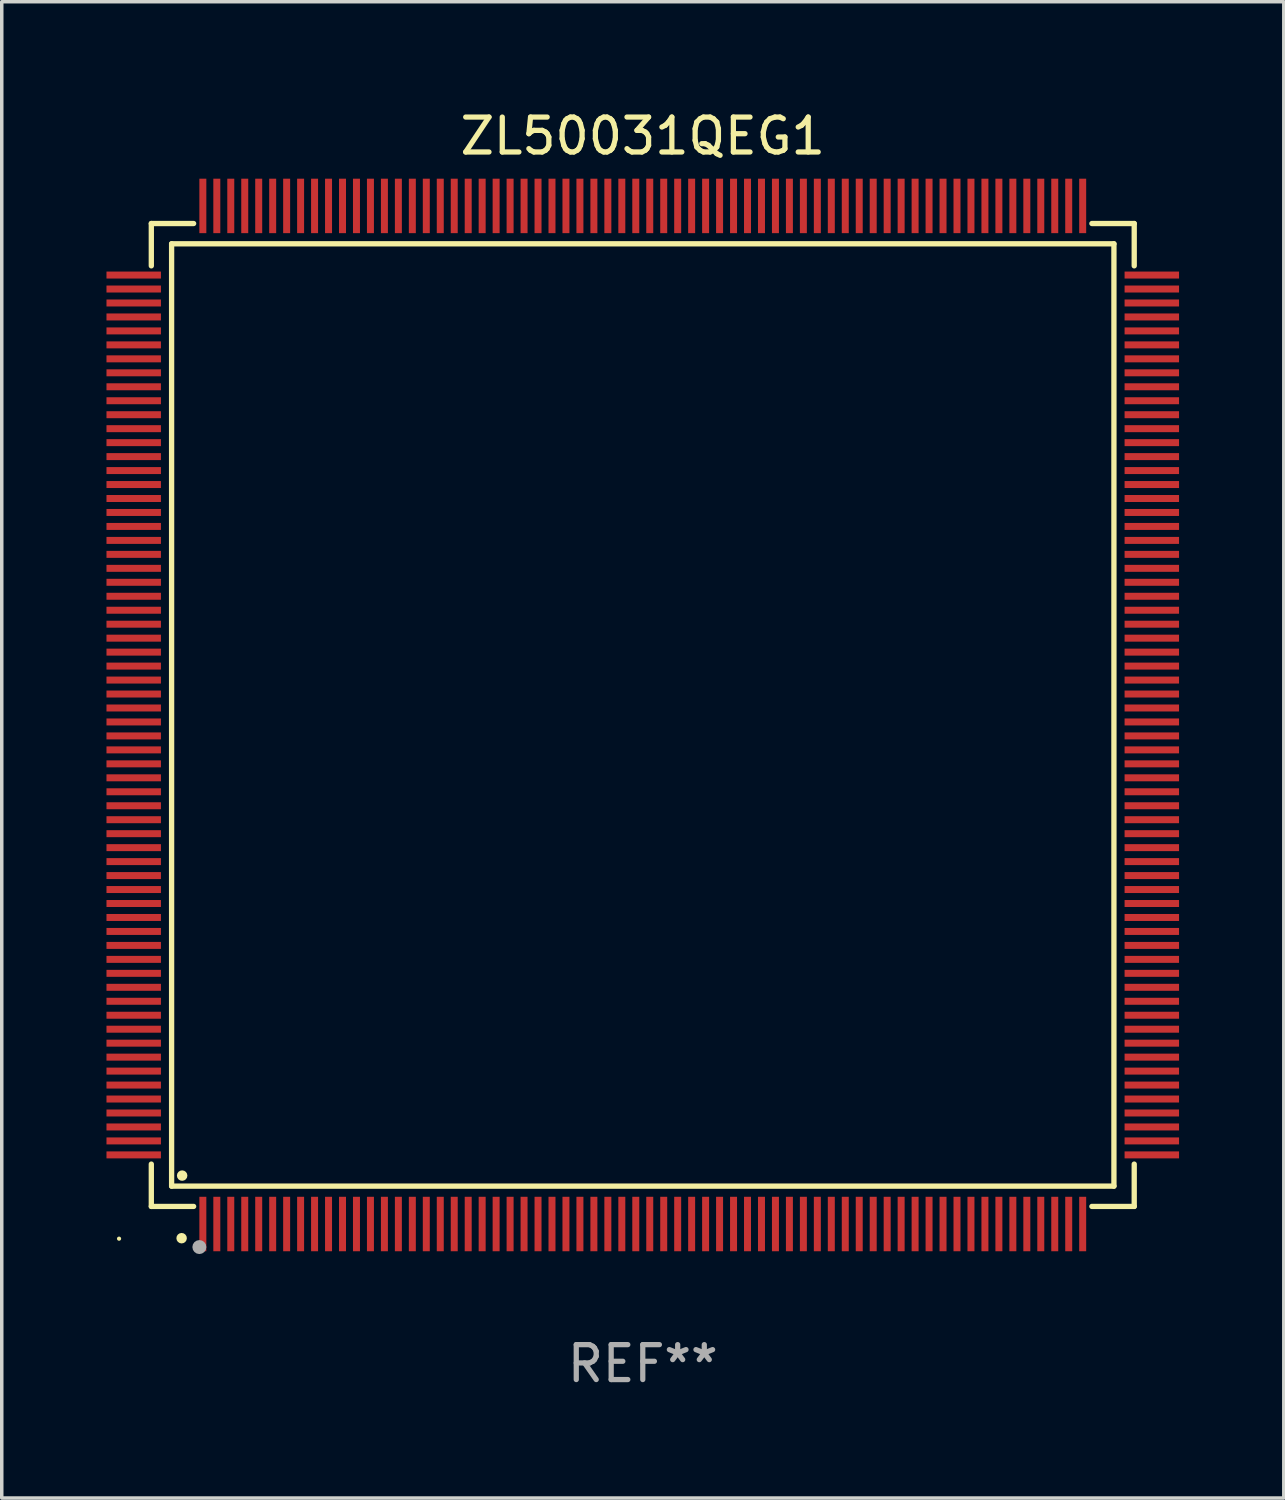
<source format=kicad_pcb>
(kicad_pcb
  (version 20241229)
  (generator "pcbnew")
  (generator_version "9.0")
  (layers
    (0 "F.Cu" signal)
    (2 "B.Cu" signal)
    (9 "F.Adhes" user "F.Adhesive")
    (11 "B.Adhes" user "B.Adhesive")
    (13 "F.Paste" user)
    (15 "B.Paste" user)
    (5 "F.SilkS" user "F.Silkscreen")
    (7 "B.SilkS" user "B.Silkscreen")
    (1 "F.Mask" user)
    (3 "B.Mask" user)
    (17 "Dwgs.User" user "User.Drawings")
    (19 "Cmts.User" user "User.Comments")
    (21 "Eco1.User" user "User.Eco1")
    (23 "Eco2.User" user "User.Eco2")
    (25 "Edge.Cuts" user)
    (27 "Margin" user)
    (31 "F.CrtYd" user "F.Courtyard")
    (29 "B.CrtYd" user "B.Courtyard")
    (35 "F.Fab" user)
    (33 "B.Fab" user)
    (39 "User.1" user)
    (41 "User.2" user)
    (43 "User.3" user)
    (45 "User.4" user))
  (footprint "ZL50031QEG1"
    (layer "F.Cu")
    (at 15.36 17.428)
    (property "Reference" "ZL50031QEG1" (at 0 -16.58 0) (layer "F.SilkS") (effects (font (size 1 1) (thickness 0.15))))
    (attr through_hole)
    (fp_line (start -14.076 -14.076) (end -14.076 -12.864) (stroke (width 0.152) (type solid)) (layer "F.SilkS"))
    (fp_line (start -14.076 14.076) (end -14.076 12.864) (stroke (width 0.152) (type solid)) (layer "F.SilkS"))
    (fp_line (start -13.495 -13.495) (end 13.495 -13.495) (stroke (width 0.152) (type solid)) (layer "F.SilkS"))
    (fp_line (start -13.495 13.495) (end -13.495 -13.495) (stroke (width 0.152) (type solid)) (layer "F.SilkS"))
    (fp_line (start -12.864 -14.076) (end -14.076 -14.076) (stroke (width 0.152) (type solid)) (layer "F.SilkS"))
    (fp_line (start -12.864 14.076) (end -14.076 14.076) (stroke (width 0.152) (type solid)) (layer "F.SilkS"))
    (fp_line (start 12.864 -14.076) (end 14.076 -14.076) (stroke (width 0.152) (type solid)) (layer "F.SilkS"))
    (fp_line (start 12.864 14.076) (end 14.076 14.076) (stroke (width 0.152) (type solid)) (layer "F.SilkS"))
    (fp_line (start 13.495 -13.495) (end 13.495 13.495) (stroke (width 0.152) (type solid)) (layer "F.SilkS"))
    (fp_line (start 13.495 13.495) (end -13.495 13.495) (stroke (width 0.152) (type solid)) (layer "F.SilkS"))
    (fp_line (start 14.076 -14.076) (end 14.076 -12.864) (stroke (width 0.152) (type solid)) (layer "F.SilkS"))
    (fp_line (start 14.076 14.076) (end 14.076 12.864) (stroke (width 0.152) (type solid)) (layer "F.SilkS"))
    (fp_circle (center -15 15) (end -14.97 15) (stroke (width 0.06) (type solid)) (fill no) (layer "F.SilkS"))
    (fp_circle (center -13.208 14.986) (end -13.133 14.986) (stroke (width 0.15) (type solid)) (fill no) (layer "F.SilkS"))
    (fp_circle (center -13.193 13.193) (end -13.118 13.193) (stroke (width 0.15) (type solid)) (fill no) (layer "F.SilkS"))
    (fp_circle (center -12.7 15.24) (end -12.6 15.24) (stroke (width 0.2) (type solid)) (fill no) (layer "F.Fab"))
    (fp_text user "REF**" (at 0 18.58 0) (layer "F.Fab") (effects (font (size 1 1) (thickness 0.15))))
    (pad "1" smd rect (at -12.6 14.58) (size 0.2 1.56) (layers "F.Cu" "F.Mask" "F.Paste"))
    (pad "2" smd rect (at -12.2 14.58) (size 0.2 1.56) (layers "F.Cu" "F.Mask" "F.Paste"))
    (pad "3" smd rect (at -11.8 14.58) (size 0.2 1.56) (layers "F.Cu" "F.Mask" "F.Paste"))
    (pad "4" smd rect (at -11.4 14.58) (size 0.2 1.56) (layers "F.Cu" "F.Mask" "F.Paste"))
    (pad "5" smd rect (at -11 14.58) (size 0.2 1.56) (layers "F.Cu" "F.Mask" "F.Paste"))
    (pad "6" smd rect (at -10.6 14.58) (size 0.2 1.56) (layers "F.Cu" "F.Mask" "F.Paste"))
    (pad "7" smd rect (at -10.2 14.58) (size 0.2 1.56) (layers "F.Cu" "F.Mask" "F.Paste"))
    (pad "8" smd rect (at -9.8 14.58) (size 0.2 1.56) (layers "F.Cu" "F.Mask" "F.Paste"))
    (pad "9" smd rect (at -9.4 14.58) (size 0.2 1.56) (layers "F.Cu" "F.Mask" "F.Paste"))
    (pad "10" smd rect (at -9 14.58) (size 0.2 1.56) (layers "F.Cu" "F.Mask" "F.Paste"))
    (pad "11" smd rect (at -8.6 14.58) (size 0.2 1.56) (layers "F.Cu" "F.Mask" "F.Paste"))
    (pad "12" smd rect (at -8.2 14.58) (size 0.2 1.56) (layers "F.Cu" "F.Mask" "F.Paste"))
    (pad "13" smd rect (at -7.8 14.58) (size 0.2 1.56) (layers "F.Cu" "F.Mask" "F.Paste"))
    (pad "14" smd rect (at -7.4 14.58) (size 0.2 1.56) (layers "F.Cu" "F.Mask" "F.Paste"))
    (pad "15" smd rect (at -7 14.58) (size 0.2 1.56) (layers "F.Cu" "F.Mask" "F.Paste"))
    (pad "16" smd rect (at -6.6 14.58) (size 0.2 1.56) (layers "F.Cu" "F.Mask" "F.Paste"))
    (pad "17" smd rect (at -6.2 14.58) (size 0.2 1.56) (layers "F.Cu" "F.Mask" "F.Paste"))
    (pad "18" smd rect (at -5.8 14.58) (size 0.2 1.56) (layers "F.Cu" "F.Mask" "F.Paste"))
    (pad "19" smd rect (at -5.4 14.58) (size 0.2 1.56) (layers "F.Cu" "F.Mask" "F.Paste"))
    (pad "20" smd rect (at -5 14.58) (size 0.2 1.56) (layers "F.Cu" "F.Mask" "F.Paste"))
    (pad "21" smd rect (at -4.6 14.58) (size 0.2 1.56) (layers "F.Cu" "F.Mask" "F.Paste"))
    (pad "22" smd rect (at -4.2 14.58) (size 0.2 1.56) (layers "F.Cu" "F.Mask" "F.Paste"))
    (pad "23" smd rect (at -3.8 14.58) (size 0.2 1.56) (layers "F.Cu" "F.Mask" "F.Paste"))
    (pad "24" smd rect (at -3.4 14.58) (size 0.2 1.56) (layers "F.Cu" "F.Mask" "F.Paste"))
    (pad "25" smd rect (at -3 14.58) (size 0.2 1.56) (layers "F.Cu" "F.Mask" "F.Paste"))
    (pad "26" smd rect (at -2.6 14.58) (size 0.2 1.56) (layers "F.Cu" "F.Mask" "F.Paste"))
    (pad "27" smd rect (at -2.2 14.58) (size 0.2 1.56) (layers "F.Cu" "F.Mask" "F.Paste"))
    (pad "28" smd rect (at -1.8 14.58) (size 0.2 1.56) (layers "F.Cu" "F.Mask" "F.Paste"))
    (pad "29" smd rect (at -1.4 14.58) (size 0.2 1.56) (layers "F.Cu" "F.Mask" "F.Paste"))
    (pad "30" smd rect (at -1 14.58) (size 0.2 1.56) (layers "F.Cu" "F.Mask" "F.Paste"))
    (pad "31" smd rect (at -0.6 14.58) (size 0.2 1.56) (layers "F.Cu" "F.Mask" "F.Paste"))
    (pad "32" smd rect (at -0.2 14.58) (size 0.2 1.56) (layers "F.Cu" "F.Mask" "F.Paste"))
    (pad "33" smd rect (at 0.2 14.58) (size 0.2 1.56) (layers "F.Cu" "F.Mask" "F.Paste"))
    (pad "34" smd rect (at 0.6 14.58) (size 0.2 1.56) (layers "F.Cu" "F.Mask" "F.Paste"))
    (pad "35" smd rect (at 1 14.58) (size 0.2 1.56) (layers "F.Cu" "F.Mask" "F.Paste"))
    (pad "36" smd rect (at 1.4 14.58) (size 0.2 1.56) (layers "F.Cu" "F.Mask" "F.Paste"))
    (pad "37" smd rect (at 1.8 14.58) (size 0.2 1.56) (layers "F.Cu" "F.Mask" "F.Paste"))
    (pad "38" smd rect (at 2.2 14.58) (size 0.2 1.56) (layers "F.Cu" "F.Mask" "F.Paste"))
    (pad "39" smd rect (at 2.6 14.58) (size 0.2 1.56) (layers "F.Cu" "F.Mask" "F.Paste"))
    (pad "40" smd rect (at 3 14.58) (size 0.2 1.56) (layers "F.Cu" "F.Mask" "F.Paste"))
    (pad "41" smd rect (at 3.4 14.58) (size 0.2 1.56) (layers "F.Cu" "F.Mask" "F.Paste"))
    (pad "42" smd rect (at 3.8 14.58) (size 0.2 1.56) (layers "F.Cu" "F.Mask" "F.Paste"))
    (pad "43" smd rect (at 4.2 14.58) (size 0.2 1.56) (layers "F.Cu" "F.Mask" "F.Paste"))
    (pad "44" smd rect (at 4.6 14.58) (size 0.2 1.56) (layers "F.Cu" "F.Mask" "F.Paste"))
    (pad "45" smd rect (at 5 14.58) (size 0.2 1.56) (layers "F.Cu" "F.Mask" "F.Paste"))
    (pad "46" smd rect (at 5.4 14.58) (size 0.2 1.56) (layers "F.Cu" "F.Mask" "F.Paste"))
    (pad "47" smd rect (at 5.8 14.58) (size 0.2 1.56) (layers "F.Cu" "F.Mask" "F.Paste"))
    (pad "48" smd rect (at 6.2 14.58) (size 0.2 1.56) (layers "F.Cu" "F.Mask" "F.Paste"))
    (pad "49" smd rect (at 6.6 14.58) (size 0.2 1.56) (layers "F.Cu" "F.Mask" "F.Paste"))
    (pad "50" smd rect (at 7 14.58) (size 0.2 1.56) (layers "F.Cu" "F.Mask" "F.Paste"))
    (pad "51" smd rect (at 7.4 14.58) (size 0.2 1.56) (layers "F.Cu" "F.Mask" "F.Paste"))
    (pad "52" smd rect (at 7.8 14.58) (size 0.2 1.56) (layers "F.Cu" "F.Mask" "F.Paste"))
    (pad "53" smd rect (at 8.2 14.58) (size 0.2 1.56) (layers "F.Cu" "F.Mask" "F.Paste"))
    (pad "54" smd rect (at 8.6 14.58) (size 0.2 1.56) (layers "F.Cu" "F.Mask" "F.Paste"))
    (pad "55" smd rect (at 9 14.58) (size 0.2 1.56) (layers "F.Cu" "F.Mask" "F.Paste"))
    (pad "56" smd rect (at 9.4 14.58) (size 0.2 1.56) (layers "F.Cu" "F.Mask" "F.Paste"))
    (pad "57" smd rect (at 9.8 14.58) (size 0.2 1.56) (layers "F.Cu" "F.Mask" "F.Paste"))
    (pad "58" smd rect (at 10.2 14.58) (size 0.2 1.56) (layers "F.Cu" "F.Mask" "F.Paste"))
    (pad "59" smd rect (at 10.6 14.58) (size 0.2 1.56) (layers "F.Cu" "F.Mask" "F.Paste"))
    (pad "60" smd rect (at 11 14.58) (size 0.2 1.56) (layers "F.Cu" "F.Mask" "F.Paste"))
    (pad "61" smd rect (at 11.4 14.58) (size 0.2 1.56) (layers "F.Cu" "F.Mask" "F.Paste"))
    (pad "62" smd rect (at 11.8 14.58) (size 0.2 1.56) (layers "F.Cu" "F.Mask" "F.Paste"))
    (pad "63" smd rect (at 12.2 14.58) (size 0.2 1.56) (layers "F.Cu" "F.Mask" "F.Paste"))
    (pad "64" smd rect (at 12.6 14.58) (size 0.2 1.56) (layers "F.Cu" "F.Mask" "F.Paste"))
    (pad "65" smd rect (at 14.58 12.6) (size 1.56 0.2) (layers "F.Cu" "F.Mask" "F.Paste"))
    (pad "66" smd rect (at 14.58 12.2) (size 1.56 0.2) (layers "F.Cu" "F.Mask" "F.Paste"))
    (pad "67" smd rect (at 14.58 11.8) (size 1.56 0.2) (layers "F.Cu" "F.Mask" "F.Paste"))
    (pad "68" smd rect (at 14.58 11.4) (size 1.56 0.2) (layers "F.Cu" "F.Mask" "F.Paste"))
    (pad "69" smd rect (at 14.58 11) (size 1.56 0.2) (layers "F.Cu" "F.Mask" "F.Paste"))
    (pad "70" smd rect (at 14.58 10.6) (size 1.56 0.2) (layers "F.Cu" "F.Mask" "F.Paste"))
    (pad "71" smd rect (at 14.58 10.2) (size 1.56 0.2) (layers "F.Cu" "F.Mask" "F.Paste"))
    (pad "72" smd rect (at 14.58 9.8) (size 1.56 0.2) (layers "F.Cu" "F.Mask" "F.Paste"))
    (pad "73" smd rect (at 14.58 9.4) (size 1.56 0.2) (layers "F.Cu" "F.Mask" "F.Paste"))
    (pad "74" smd rect (at 14.58 9) (size 1.56 0.2) (layers "F.Cu" "F.Mask" "F.Paste"))
    (pad "75" smd rect (at 14.58 8.6) (size 1.56 0.2) (layers "F.Cu" "F.Mask" "F.Paste"))
    (pad "76" smd rect (at 14.58 8.2) (size 1.56 0.2) (layers "F.Cu" "F.Mask" "F.Paste"))
    (pad "77" smd rect (at 14.58 7.8) (size 1.56 0.2) (layers "F.Cu" "F.Mask" "F.Paste"))
    (pad "78" smd rect (at 14.58 7.4) (size 1.56 0.2) (layers "F.Cu" "F.Mask" "F.Paste"))
    (pad "79" smd rect (at 14.58 7) (size 1.56 0.2) (layers "F.Cu" "F.Mask" "F.Paste"))
    (pad "80" smd rect (at 14.58 6.6) (size 1.56 0.2) (layers "F.Cu" "F.Mask" "F.Paste"))
    (pad "81" smd rect (at 14.58 6.2) (size 1.56 0.2) (layers "F.Cu" "F.Mask" "F.Paste"))
    (pad "82" smd rect (at 14.58 5.8) (size 1.56 0.2) (layers "F.Cu" "F.Mask" "F.Paste"))
    (pad "83" smd rect (at 14.58 5.4) (size 1.56 0.2) (layers "F.Cu" "F.Mask" "F.Paste"))
    (pad "84" smd rect (at 14.58 5) (size 1.56 0.2) (layers "F.Cu" "F.Mask" "F.Paste"))
    (pad "85" smd rect (at 14.58 4.6) (size 1.56 0.2) (layers "F.Cu" "F.Mask" "F.Paste"))
    (pad "86" smd rect (at 14.58 4.2) (size 1.56 0.2) (layers "F.Cu" "F.Mask" "F.Paste"))
    (pad "87" smd rect (at 14.58 3.8) (size 1.56 0.2) (layers "F.Cu" "F.Mask" "F.Paste"))
    (pad "88" smd rect (at 14.58 3.4) (size 1.56 0.2) (layers "F.Cu" "F.Mask" "F.Paste"))
    (pad "89" smd rect (at 14.58 3) (size 1.56 0.2) (layers "F.Cu" "F.Mask" "F.Paste"))
    (pad "90" smd rect (at 14.58 2.6) (size 1.56 0.2) (layers "F.Cu" "F.Mask" "F.Paste"))
    (pad "91" smd rect (at 14.58 2.2) (size 1.56 0.2) (layers "F.Cu" "F.Mask" "F.Paste"))
    (pad "92" smd rect (at 14.58 1.8) (size 1.56 0.2) (layers "F.Cu" "F.Mask" "F.Paste"))
    (pad "93" smd rect (at 14.58 1.4) (size 1.56 0.2) (layers "F.Cu" "F.Mask" "F.Paste"))
    (pad "94" smd rect (at 14.58 1) (size 1.56 0.2) (layers "F.Cu" "F.Mask" "F.Paste"))
    (pad "95" smd rect (at 14.58 0.6) (size 1.56 0.2) (layers "F.Cu" "F.Mask" "F.Paste"))
    (pad "96" smd rect (at 14.58 0.2) (size 1.56 0.2) (layers "F.Cu" "F.Mask" "F.Paste"))
    (pad "97" smd rect (at 14.58 -0.2) (size 1.56 0.2) (layers "F.Cu" "F.Mask" "F.Paste"))
    (pad "98" smd rect (at 14.58 -0.6) (size 1.56 0.2) (layers "F.Cu" "F.Mask" "F.Paste"))
    (pad "99" smd rect (at 14.58 -1) (size 1.56 0.2) (layers "F.Cu" "F.Mask" "F.Paste"))
    (pad "100" smd rect (at 14.58 -1.4) (size 1.56 0.2) (layers "F.Cu" "F.Mask" "F.Paste"))
    (pad "101" smd rect (at 14.58 -1.8) (size 1.56 0.2) (layers "F.Cu" "F.Mask" "F.Paste"))
    (pad "102" smd rect (at 14.58 -2.2) (size 1.56 0.2) (layers "F.Cu" "F.Mask" "F.Paste"))
    (pad "103" smd rect (at 14.58 -2.6) (size 1.56 0.2) (layers "F.Cu" "F.Mask" "F.Paste"))
    (pad "104" smd rect (at 14.58 -3) (size 1.56 0.2) (layers "F.Cu" "F.Mask" "F.Paste"))
    (pad "105" smd rect (at 14.58 -3.4) (size 1.56 0.2) (layers "F.Cu" "F.Mask" "F.Paste"))
    (pad "106" smd rect (at 14.58 -3.8) (size 1.56 0.2) (layers "F.Cu" "F.Mask" "F.Paste"))
    (pad "107" smd rect (at 14.58 -4.2) (size 1.56 0.2) (layers "F.Cu" "F.Mask" "F.Paste"))
    (pad "108" smd rect (at 14.58 -4.6) (size 1.56 0.2) (layers "F.Cu" "F.Mask" "F.Paste"))
    (pad "109" smd rect (at 14.58 -5) (size 1.56 0.2) (layers "F.Cu" "F.Mask" "F.Paste"))
    (pad "110" smd rect (at 14.58 -5.4) (size 1.56 0.2) (layers "F.Cu" "F.Mask" "F.Paste"))
    (pad "111" smd rect (at 14.58 -5.8) (size 1.56 0.2) (layers "F.Cu" "F.Mask" "F.Paste"))
    (pad "112" smd rect (at 14.58 -6.2) (size 1.56 0.2) (layers "F.Cu" "F.Mask" "F.Paste"))
    (pad "113" smd rect (at 14.58 -6.6) (size 1.56 0.2) (layers "F.Cu" "F.Mask" "F.Paste"))
    (pad "114" smd rect (at 14.58 -7) (size 1.56 0.2) (layers "F.Cu" "F.Mask" "F.Paste"))
    (pad "115" smd rect (at 14.58 -7.4) (size 1.56 0.2) (layers "F.Cu" "F.Mask" "F.Paste"))
    (pad "116" smd rect (at 14.58 -7.8) (size 1.56 0.2) (layers "F.Cu" "F.Mask" "F.Paste"))
    (pad "117" smd rect (at 14.58 -8.2) (size 1.56 0.2) (layers "F.Cu" "F.Mask" "F.Paste"))
    (pad "118" smd rect (at 14.58 -8.6) (size 1.56 0.2) (layers "F.Cu" "F.Mask" "F.Paste"))
    (pad "119" smd rect (at 14.58 -9) (size 1.56 0.2) (layers "F.Cu" "F.Mask" "F.Paste"))
    (pad "120" smd rect (at 14.58 -9.4) (size 1.56 0.2) (layers "F.Cu" "F.Mask" "F.Paste"))
    (pad "121" smd rect (at 14.58 -9.8) (size 1.56 0.2) (layers "F.Cu" "F.Mask" "F.Paste"))
    (pad "122" smd rect (at 14.58 -10.2) (size 1.56 0.2) (layers "F.Cu" "F.Mask" "F.Paste"))
    (pad "123" smd rect (at 14.58 -10.6) (size 1.56 0.2) (layers "F.Cu" "F.Mask" "F.Paste"))
    (pad "124" smd rect (at 14.58 -11) (size 1.56 0.2) (layers "F.Cu" "F.Mask" "F.Paste"))
    (pad "125" smd rect (at 14.58 -11.4) (size 1.56 0.2) (layers "F.Cu" "F.Mask" "F.Paste"))
    (pad "126" smd rect (at 14.58 -11.8) (size 1.56 0.2) (layers "F.Cu" "F.Mask" "F.Paste"))
    (pad "127" smd rect (at 14.58 -12.2) (size 1.56 0.2) (layers "F.Cu" "F.Mask" "F.Paste"))
    (pad "128" smd rect (at 14.58 -12.6) (size 1.56 0.2) (layers "F.Cu" "F.Mask" "F.Paste"))
    (pad "129" smd rect (at 12.6 -14.58) (size 0.2 1.56) (layers "F.Cu" "F.Mask" "F.Paste"))
    (pad "130" smd rect (at 12.2 -14.58) (size 0.2 1.56) (layers "F.Cu" "F.Mask" "F.Paste"))
    (pad "131" smd rect (at 11.8 -14.58) (size 0.2 1.56) (layers "F.Cu" "F.Mask" "F.Paste"))
    (pad "132" smd rect (at 11.4 -14.58) (size 0.2 1.56) (layers "F.Cu" "F.Mask" "F.Paste"))
    (pad "133" smd rect (at 11 -14.58) (size 0.2 1.56) (layers "F.Cu" "F.Mask" "F.Paste"))
    (pad "134" smd rect (at 10.6 -14.58) (size 0.2 1.56) (layers "F.Cu" "F.Mask" "F.Paste"))
    (pad "135" smd rect (at 10.2 -14.58) (size 0.2 1.56) (layers "F.Cu" "F.Mask" "F.Paste"))
    (pad "136" smd rect (at 9.8 -14.58) (size 0.2 1.56) (layers "F.Cu" "F.Mask" "F.Paste"))
    (pad "137" smd rect (at 9.4 -14.58) (size 0.2 1.56) (layers "F.Cu" "F.Mask" "F.Paste"))
    (pad "138" smd rect (at 9 -14.58) (size 0.2 1.56) (layers "F.Cu" "F.Mask" "F.Paste"))
    (pad "139" smd rect (at 8.6 -14.58) (size 0.2 1.56) (layers "F.Cu" "F.Mask" "F.Paste"))
    (pad "140" smd rect (at 8.2 -14.58) (size 0.2 1.56) (layers "F.Cu" "F.Mask" "F.Paste"))
    (pad "141" smd rect (at 7.8 -14.58) (size 0.2 1.56) (layers "F.Cu" "F.Mask" "F.Paste"))
    (pad "142" smd rect (at 7.4 -14.58) (size 0.2 1.56) (layers "F.Cu" "F.Mask" "F.Paste"))
    (pad "143" smd rect (at 7 -14.58) (size 0.2 1.56) (layers "F.Cu" "F.Mask" "F.Paste"))
    (pad "144" smd rect (at 6.6 -14.58) (size 0.2 1.56) (layers "F.Cu" "F.Mask" "F.Paste"))
    (pad "145" smd rect (at 6.2 -14.58) (size 0.2 1.56) (layers "F.Cu" "F.Mask" "F.Paste"))
    (pad "146" smd rect (at 5.8 -14.58) (size 0.2 1.56) (layers "F.Cu" "F.Mask" "F.Paste"))
    (pad "147" smd rect (at 5.4 -14.58) (size 0.2 1.56) (layers "F.Cu" "F.Mask" "F.Paste"))
    (pad "148" smd rect (at 5 -14.58) (size 0.2 1.56) (layers "F.Cu" "F.Mask" "F.Paste"))
    (pad "149" smd rect (at 4.6 -14.58) (size 0.2 1.56) (layers "F.Cu" "F.Mask" "F.Paste"))
    (pad "150" smd rect (at 4.2 -14.58) (size 0.2 1.56) (layers "F.Cu" "F.Mask" "F.Paste"))
    (pad "151" smd rect (at 3.8 -14.58) (size 0.2 1.56) (layers "F.Cu" "F.Mask" "F.Paste"))
    (pad "152" smd rect (at 3.4 -14.58) (size 0.2 1.56) (layers "F.Cu" "F.Mask" "F.Paste"))
    (pad "153" smd rect (at 3 -14.58) (size 0.2 1.56) (layers "F.Cu" "F.Mask" "F.Paste"))
    (pad "154" smd rect (at 2.6 -14.58) (size 0.2 1.56) (layers "F.Cu" "F.Mask" "F.Paste"))
    (pad "155" smd rect (at 2.2 -14.58) (size 0.2 1.56) (layers "F.Cu" "F.Mask" "F.Paste"))
    (pad "156" smd rect (at 1.8 -14.58) (size 0.2 1.56) (layers "F.Cu" "F.Mask" "F.Paste"))
    (pad "157" smd rect (at 1.4 -14.58) (size 0.2 1.56) (layers "F.Cu" "F.Mask" "F.Paste"))
    (pad "158" smd rect (at 1 -14.58) (size 0.2 1.56) (layers "F.Cu" "F.Mask" "F.Paste"))
    (pad "159" smd rect (at 0.6 -14.58) (size 0.2 1.56) (layers "F.Cu" "F.Mask" "F.Paste"))
    (pad "160" smd rect (at 0.2 -14.58) (size 0.2 1.56) (layers "F.Cu" "F.Mask" "F.Paste"))
    (pad "161" smd rect (at -0.2 -14.58) (size 0.2 1.56) (layers "F.Cu" "F.Mask" "F.Paste"))
    (pad "162" smd rect (at -0.6 -14.58) (size 0.2 1.56) (layers "F.Cu" "F.Mask" "F.Paste"))
    (pad "163" smd rect (at -1 -14.58) (size 0.2 1.56) (layers "F.Cu" "F.Mask" "F.Paste"))
    (pad "164" smd rect (at -1.4 -14.58) (size 0.2 1.56) (layers "F.Cu" "F.Mask" "F.Paste"))
    (pad "165" smd rect (at -1.8 -14.58) (size 0.2 1.56) (layers "F.Cu" "F.Mask" "F.Paste"))
    (pad "166" smd rect (at -2.2 -14.58) (size 0.2 1.56) (layers "F.Cu" "F.Mask" "F.Paste"))
    (pad "167" smd rect (at -2.6 -14.58) (size 0.2 1.56) (layers "F.Cu" "F.Mask" "F.Paste"))
    (pad "168" smd rect (at -3 -14.58) (size 0.2 1.56) (layers "F.Cu" "F.Mask" "F.Paste"))
    (pad "169" smd rect (at -3.4 -14.58) (size 0.2 1.56) (layers "F.Cu" "F.Mask" "F.Paste"))
    (pad "170" smd rect (at -3.8 -14.58) (size 0.2 1.56) (layers "F.Cu" "F.Mask" "F.Paste"))
    (pad "171" smd rect (at -4.2 -14.58) (size 0.2 1.56) (layers "F.Cu" "F.Mask" "F.Paste"))
    (pad "172" smd rect (at -4.6 -14.58) (size 0.2 1.56) (layers "F.Cu" "F.Mask" "F.Paste"))
    (pad "173" smd rect (at -5 -14.58) (size 0.2 1.56) (layers "F.Cu" "F.Mask" "F.Paste"))
    (pad "174" smd rect (at -5.4 -14.58) (size 0.2 1.56) (layers "F.Cu" "F.Mask" "F.Paste"))
    (pad "175" smd rect (at -5.8 -14.58) (size 0.2 1.56) (layers "F.Cu" "F.Mask" "F.Paste"))
    (pad "176" smd rect (at -6.2 -14.58) (size 0.2 1.56) (layers "F.Cu" "F.Mask" "F.Paste"))
    (pad "177" smd rect (at -6.6 -14.58) (size 0.2 1.56) (layers "F.Cu" "F.Mask" "F.Paste"))
    (pad "178" smd rect (at -7 -14.58) (size 0.2 1.56) (layers "F.Cu" "F.Mask" "F.Paste"))
    (pad "179" smd rect (at -7.4 -14.58) (size 0.2 1.56) (layers "F.Cu" "F.Mask" "F.Paste"))
    (pad "180" smd rect (at -7.8 -14.58) (size 0.2 1.56) (layers "F.Cu" "F.Mask" "F.Paste"))
    (pad "181" smd rect (at -8.2 -14.58) (size 0.2 1.56) (layers "F.Cu" "F.Mask" "F.Paste"))
    (pad "182" smd rect (at -8.6 -14.58) (size 0.2 1.56) (layers "F.Cu" "F.Mask" "F.Paste"))
    (pad "183" smd rect (at -9 -14.58) (size 0.2 1.56) (layers "F.Cu" "F.Mask" "F.Paste"))
    (pad "184" smd rect (at -9.4 -14.58) (size 0.2 1.56) (layers "F.Cu" "F.Mask" "F.Paste"))
    (pad "185" smd rect (at -9.8 -14.58) (size 0.2 1.56) (layers "F.Cu" "F.Mask" "F.Paste"))
    (pad "186" smd rect (at -10.2 -14.58) (size 0.2 1.56) (layers "F.Cu" "F.Mask" "F.Paste"))
    (pad "187" smd rect (at -10.6 -14.58) (size 0.2 1.56) (layers "F.Cu" "F.Mask" "F.Paste"))
    (pad "188" smd rect (at -11 -14.58) (size 0.2 1.56) (layers "F.Cu" "F.Mask" "F.Paste"))
    (pad "189" smd rect (at -11.4 -14.58) (size 0.2 1.56) (layers "F.Cu" "F.Mask" "F.Paste"))
    (pad "190" smd rect (at -11.8 -14.58) (size 0.2 1.56) (layers "F.Cu" "F.Mask" "F.Paste"))
    (pad "191" smd rect (at -12.2 -14.58) (size 0.2 1.56) (layers "F.Cu" "F.Mask" "F.Paste"))
    (pad "192" smd rect (at -12.6 -14.58) (size 0.2 1.56) (layers "F.Cu" "F.Mask" "F.Paste"))
    (pad "193" smd rect (at -14.58 -12.6) (size 1.56 0.2) (layers "F.Cu" "F.Mask" "F.Paste"))
    (pad "194" smd rect (at -14.58 -12.2) (size 1.56 0.2) (layers "F.Cu" "F.Mask" "F.Paste"))
    (pad "195" smd rect (at -14.58 -11.8) (size 1.56 0.2) (layers "F.Cu" "F.Mask" "F.Paste"))
    (pad "196" smd rect (at -14.58 -11.4) (size 1.56 0.2) (layers "F.Cu" "F.Mask" "F.Paste"))
    (pad "197" smd rect (at -14.58 -11) (size 1.56 0.2) (layers "F.Cu" "F.Mask" "F.Paste"))
    (pad "198" smd rect (at -14.58 -10.6) (size 1.56 0.2) (layers "F.Cu" "F.Mask" "F.Paste"))
    (pad "199" smd rect (at -14.58 -10.2) (size 1.56 0.2) (layers "F.Cu" "F.Mask" "F.Paste"))
    (pad "200" smd rect (at -14.58 -9.8) (size 1.56 0.2) (layers "F.Cu" "F.Mask" "F.Paste"))
    (pad "201" smd rect (at -14.58 -9.4) (size 1.56 0.2) (layers "F.Cu" "F.Mask" "F.Paste"))
    (pad "202" smd rect (at -14.58 -9) (size 1.56 0.2) (layers "F.Cu" "F.Mask" "F.Paste"))
    (pad "203" smd rect (at -14.58 -8.6) (size 1.56 0.2) (layers "F.Cu" "F.Mask" "F.Paste"))
    (pad "204" smd rect (at -14.58 -8.2) (size 1.56 0.2) (layers "F.Cu" "F.Mask" "F.Paste"))
    (pad "205" smd rect (at -14.58 -7.8) (size 1.56 0.2) (layers "F.Cu" "F.Mask" "F.Paste"))
    (pad "206" smd rect (at -14.58 -7.4) (size 1.56 0.2) (layers "F.Cu" "F.Mask" "F.Paste"))
    (pad "207" smd rect (at -14.58 -7) (size 1.56 0.2) (layers "F.Cu" "F.Mask" "F.Paste"))
    (pad "208" smd rect (at -14.58 -6.6) (size 1.56 0.2) (layers "F.Cu" "F.Mask" "F.Paste"))
    (pad "209" smd rect (at -14.58 -6.2) (size 1.56 0.2) (layers "F.Cu" "F.Mask" "F.Paste"))
    (pad "210" smd rect (at -14.58 -5.8) (size 1.56 0.2) (layers "F.Cu" "F.Mask" "F.Paste"))
    (pad "211" smd rect (at -14.58 -5.4) (size 1.56 0.2) (layers "F.Cu" "F.Mask" "F.Paste"))
    (pad "212" smd rect (at -14.58 -5) (size 1.56 0.2) (layers "F.Cu" "F.Mask" "F.Paste"))
    (pad "213" smd rect (at -14.58 -4.6) (size 1.56 0.2) (layers "F.Cu" "F.Mask" "F.Paste"))
    (pad "214" smd rect (at -14.58 -4.2) (size 1.56 0.2) (layers "F.Cu" "F.Mask" "F.Paste"))
    (pad "215" smd rect (at -14.58 -3.8) (size 1.56 0.2) (layers "F.Cu" "F.Mask" "F.Paste"))
    (pad "216" smd rect (at -14.58 -3.4) (size 1.56 0.2) (layers "F.Cu" "F.Mask" "F.Paste"))
    (pad "217" smd rect (at -14.58 -3) (size 1.56 0.2) (layers "F.Cu" "F.Mask" "F.Paste"))
    (pad "218" smd rect (at -14.58 -2.6) (size 1.56 0.2) (layers "F.Cu" "F.Mask" "F.Paste"))
    (pad "219" smd rect (at -14.58 -2.2) (size 1.56 0.2) (layers "F.Cu" "F.Mask" "F.Paste"))
    (pad "220" smd rect (at -14.58 -1.8) (size 1.56 0.2) (layers "F.Cu" "F.Mask" "F.Paste"))
    (pad "221" smd rect (at -14.58 -1.4) (size 1.56 0.2) (layers "F.Cu" "F.Mask" "F.Paste"))
    (pad "222" smd rect (at -14.58 -1) (size 1.56 0.2) (layers "F.Cu" "F.Mask" "F.Paste"))
    (pad "223" smd rect (at -14.58 -0.6) (size 1.56 0.2) (layers "F.Cu" "F.Mask" "F.Paste"))
    (pad "224" smd rect (at -14.58 -0.2) (size 1.56 0.2) (layers "F.Cu" "F.Mask" "F.Paste"))
    (pad "225" smd rect (at -14.58 0.2) (size 1.56 0.2) (layers "F.Cu" "F.Mask" "F.Paste"))
    (pad "226" smd rect (at -14.58 0.6) (size 1.56 0.2) (layers "F.Cu" "F.Mask" "F.Paste"))
    (pad "227" smd rect (at -14.58 1) (size 1.56 0.2) (layers "F.Cu" "F.Mask" "F.Paste"))
    (pad "228" smd rect (at -14.58 1.4) (size 1.56 0.2) (layers "F.Cu" "F.Mask" "F.Paste"))
    (pad "229" smd rect (at -14.58 1.8) (size 1.56 0.2) (layers "F.Cu" "F.Mask" "F.Paste"))
    (pad "230" smd rect (at -14.58 2.2) (size 1.56 0.2) (layers "F.Cu" "F.Mask" "F.Paste"))
    (pad "231" smd rect (at -14.58 2.6) (size 1.56 0.2) (layers "F.Cu" "F.Mask" "F.Paste"))
    (pad "232" smd rect (at -14.58 3) (size 1.56 0.2) (layers "F.Cu" "F.Mask" "F.Paste"))
    (pad "233" smd rect (at -14.58 3.4) (size 1.56 0.2) (layers "F.Cu" "F.Mask" "F.Paste"))
    (pad "234" smd rect (at -14.58 3.8) (size 1.56 0.2) (layers "F.Cu" "F.Mask" "F.Paste"))
    (pad "235" smd rect (at -14.58 4.2) (size 1.56 0.2) (layers "F.Cu" "F.Mask" "F.Paste"))
    (pad "236" smd rect (at -14.58 4.6) (size 1.56 0.2) (layers "F.Cu" "F.Mask" "F.Paste"))
    (pad "237" smd rect (at -14.58 5) (size 1.56 0.2) (layers "F.Cu" "F.Mask" "F.Paste"))
    (pad "238" smd rect (at -14.58 5.4) (size 1.56 0.2) (layers "F.Cu" "F.Mask" "F.Paste"))
    (pad "239" smd rect (at -14.58 5.8) (size 1.56 0.2) (layers "F.Cu" "F.Mask" "F.Paste"))
    (pad "240" smd rect (at -14.58 6.2) (size 1.56 0.2) (layers "F.Cu" "F.Mask" "F.Paste"))
    (pad "241" smd rect (at -14.58 6.6) (size 1.56 0.2) (layers "F.Cu" "F.Mask" "F.Paste"))
    (pad "242" smd rect (at -14.58 7) (size 1.56 0.2) (layers "F.Cu" "F.Mask" "F.Paste"))
    (pad "243" smd rect (at -14.58 7.4) (size 1.56 0.2) (layers "F.Cu" "F.Mask" "F.Paste"))
    (pad "244" smd rect (at -14.58 7.8) (size 1.56 0.2) (layers "F.Cu" "F.Mask" "F.Paste"))
    (pad "245" smd rect (at -14.58 8.2) (size 1.56 0.2) (layers "F.Cu" "F.Mask" "F.Paste"))
    (pad "246" smd rect (at -14.58 8.6) (size 1.56 0.2) (layers "F.Cu" "F.Mask" "F.Paste"))
    (pad "247" smd rect (at -14.58 9) (size 1.56 0.2) (layers "F.Cu" "F.Mask" "F.Paste"))
    (pad "248" smd rect (at -14.58 9.4) (size 1.56 0.2) (layers "F.Cu" "F.Mask" "F.Paste"))
    (pad "249" smd rect (at -14.58 9.8) (size 1.56 0.2) (layers "F.Cu" "F.Mask" "F.Paste"))
    (pad "250" smd rect (at -14.58 10.2) (size 1.56 0.2) (layers "F.Cu" "F.Mask" "F.Paste"))
    (pad "251" smd rect (at -14.58 10.6) (size 1.56 0.2) (layers "F.Cu" "F.Mask" "F.Paste"))
    (pad "252" smd rect (at -14.58 11) (size 1.56 0.2) (layers "F.Cu" "F.Mask" "F.Paste"))
    (pad "253" smd rect (at -14.58 11.4) (size 1.56 0.2) (layers "F.Cu" "F.Mask" "F.Paste"))
    (pad "254" smd rect (at -14.58 11.8) (size 1.56 0.2) (layers "F.Cu" "F.Mask" "F.Paste"))
    (pad "255" smd rect (at -14.58 12.2) (size 1.56 0.2) (layers "F.Cu" "F.Mask" "F.Paste"))
    (pad "256" smd rect (at -14.58 12.6) (size 1.56 0.2) (layers "F.Cu" "F.Mask" "F.Paste")))
  (gr_rect
    (start -3 -3)
    (end 33.72 39.856)
    (stroke (width 0.1) (type default))
    (fill no)
    (layer "Edge.Cuts")))
</source>
